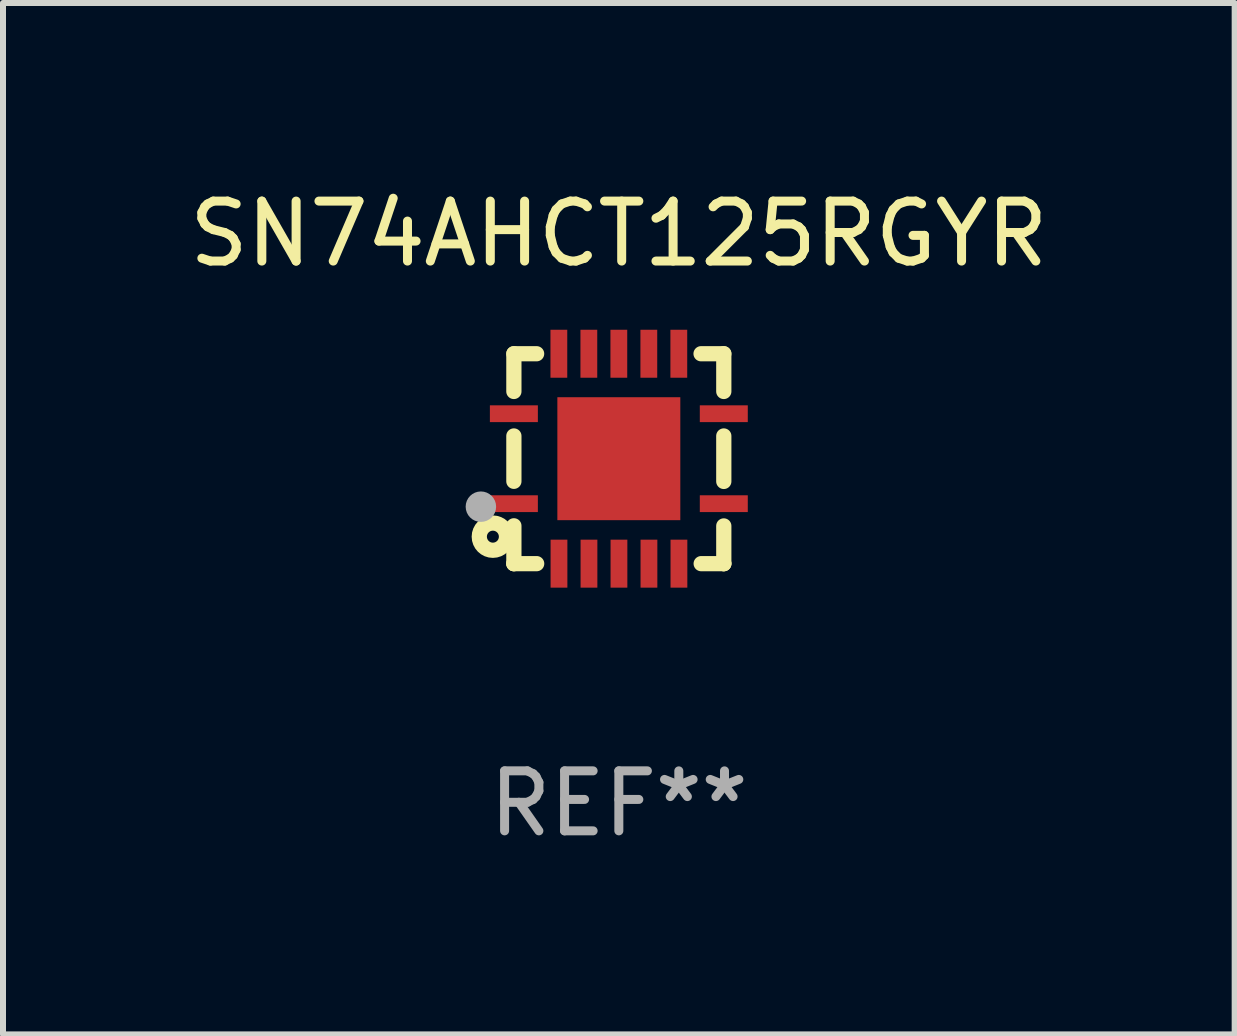
<source format=kicad_pcb>
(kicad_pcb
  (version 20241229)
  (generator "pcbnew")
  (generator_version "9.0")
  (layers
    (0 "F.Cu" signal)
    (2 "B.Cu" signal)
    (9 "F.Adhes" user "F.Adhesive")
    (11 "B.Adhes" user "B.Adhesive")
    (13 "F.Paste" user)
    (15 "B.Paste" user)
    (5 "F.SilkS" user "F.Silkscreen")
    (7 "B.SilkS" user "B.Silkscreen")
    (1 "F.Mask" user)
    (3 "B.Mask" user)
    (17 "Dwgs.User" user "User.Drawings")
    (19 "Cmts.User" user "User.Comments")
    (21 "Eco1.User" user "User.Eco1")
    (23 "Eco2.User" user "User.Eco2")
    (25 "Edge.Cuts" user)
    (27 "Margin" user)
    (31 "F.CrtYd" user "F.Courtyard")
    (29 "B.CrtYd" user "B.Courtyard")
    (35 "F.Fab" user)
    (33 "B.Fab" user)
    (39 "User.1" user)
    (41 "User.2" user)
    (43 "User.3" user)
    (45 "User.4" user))
  (footprint "SN74AHCT125RGYR"
    (layer "F.Cu")
    (at 7.268 4.598)
    (property "Reference" "SN74AHCT125RGYR" (at 0 -3.75 0) (layer "F.SilkS") (effects (font (size 1 1) (thickness 0.15))))
    (attr through_hole)
    (fp_line (start -1.75 1.75) (end -1.37 1.75) (stroke (width 0.254) (type solid)) (layer "F.SilkS"))
    (fp_line (start -1.75 -1.75) (end -1.75 -1.121) (stroke (width 0.254) (type solid)) (layer "F.SilkS"))
    (fp_line (start -1.75 -0.379) (end -1.75 0.377) (stroke (width 0.254) (type solid)) (layer "F.SilkS"))
    (fp_line (start -1.75 1.119) (end -1.75 1.75) (stroke (width 0.254) (type solid)) (layer "F.SilkS"))
    (fp_line (start -1.75 1.75) (end -1.75 1.75) (stroke (width 0.254) (type solid)) (layer "F.SilkS"))
    (fp_line (start -1.371 -1.75) (end -1.75 -1.75) (stroke (width 0.254) (type solid)) (layer "F.SilkS"))
    (fp_line (start 1.373 1.75) (end 1.75 1.75) (stroke (width 0.254) (type solid)) (layer "F.SilkS"))
    (fp_line (start 1.75 1.75) (end 1.75 1.75) (stroke (width 0.254) (type solid)) (layer "F.SilkS"))
    (fp_line (start 1.75 -1.75) (end 1.371 -1.75) (stroke (width 0.254) (type solid)) (layer "F.SilkS"))
    (fp_line (start 1.75 -1.121) (end 1.75 -1.75) (stroke (width 0.254) (type solid)) (layer "F.SilkS"))
    (fp_line (start 1.75 0.379) (end 1.75 -0.379) (stroke (width 0.254) (type solid)) (layer "F.SilkS"))
    (fp_line (start 1.75 1.75) (end 1.75 1.121) (stroke (width 0.254) (type solid)) (layer "F.SilkS"))
    (fp_circle (center -2.1 1.3) (end -2 1.3) (stroke (width 0.254) (type solid)) (fill no) (layer "F.SilkS"))
    (fp_circle (center -1.747 1.751) (end -1.717 1.751) (stroke (width 0.06) (type solid)) (fill no) (layer "F.SilkS"))
    (fp_circle (center -2.3 0.8) (end -2.173 0.8) (stroke (width 0.254) (type solid)) (fill no) (layer "F.Fab"))
    (fp_text user "REF**" (at 0 5.75 0) (layer "F.Fab") (effects (font (size 1 1) (thickness 0.15))))
    (pad "1" smd rect (at -1.75 0.75 270) (size 0.28 0.8) (layers "F.Cu" "F.Mask" "F.Paste"))
    (pad "2" smd rect (at -0.998 1.75 180) (size 0.28 0.8) (layers "F.Cu" "F.Mask" "F.Paste"))
    (pad "3" smd rect (at -0.498 1.75 180) (size 0.28 0.8) (layers "F.Cu" "F.Mask" "F.Paste"))
    (pad "4" smd rect (at 0.002 1.75 180) (size 0.28 0.8) (layers "F.Cu" "F.Mask" "F.Paste"))
    (pad "5" smd rect (at 0.502 1.75 180) (size 0.28 0.8) (layers "F.Cu" "F.Mask" "F.Paste"))
    (pad "6" smd rect (at 1.002 1.75 180) (size 0.28 0.8) (layers "F.Cu" "F.Mask" "F.Paste"))
    (pad "7" smd rect (at 1.75 0.75 270) (size 0.28 0.8) (layers "F.Cu" "F.Mask" "F.Paste"))
    (pad "8" smd rect (at 1.75 -0.75 270) (size 0.28 0.8) (layers "F.Cu" "F.Mask" "F.Paste"))
    (pad "9" smd rect (at 1 -1.75) (size 0.28 0.8) (layers "F.Cu" "F.Mask" "F.Paste"))
    (pad "10" smd rect (at 0.5 -1.75) (size 0.28 0.8) (layers "F.Cu" "F.Mask" "F.Paste"))
    (pad "11" smd rect (at 0 -1.75) (size 0.28 0.8) (layers "F.Cu" "F.Mask" "F.Paste"))
    (pad "12" smd rect (at -0.5 -1.75) (size 0.28 0.8) (layers "F.Cu" "F.Mask" "F.Paste"))
    (pad "13" smd rect (at -1 -1.75) (size 0.28 0.8) (layers "F.Cu" "F.Mask" "F.Paste"))
    (pad "14" smd rect (at -1.75 -0.75 90) (size 0.28 0.8) (layers "F.Cu" "F.Mask" "F.Paste"))
    (pad "15" smd rect (at 0 0 180) (size 2.05 2.05) (layers "F.Cu" "F.Mask" "F.Paste")))
  (gr_rect
    (start -3 -3)
    (end 17.536 14.197)
    (stroke (width 0.1) (type default))
    (fill no)
    (layer "Edge.Cuts")))
</source>
